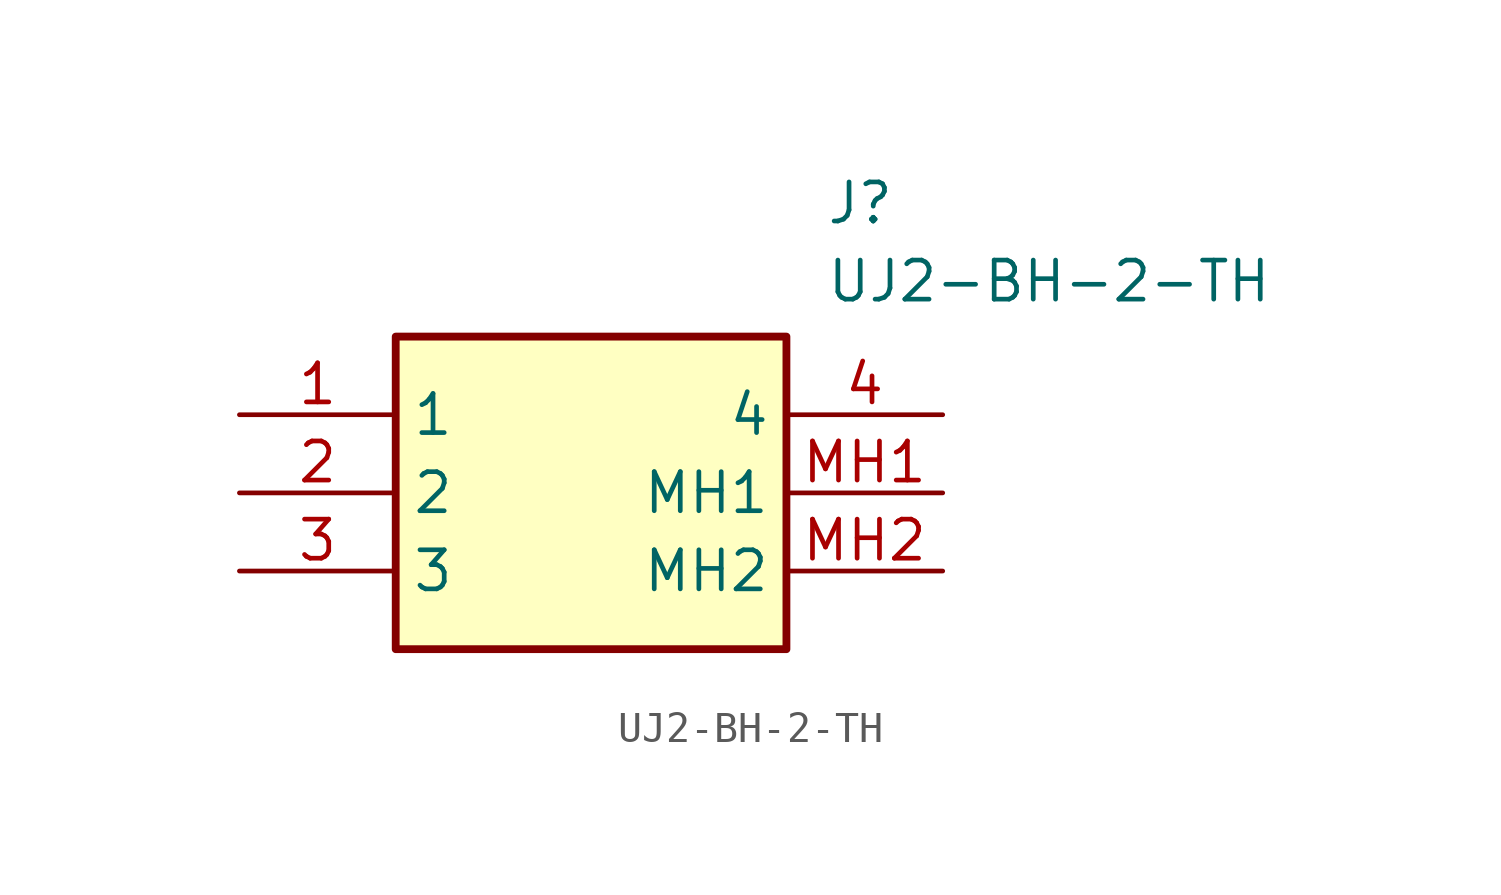
<source format=kicad_sym>
(kicad_symbol_lib
  (version 20211014)
  (generator SamacSys_ECAD_Model)
  (symbol "UJ2-BH-2-TH"
    (property "Reference" "J"
      (at 19.05 7.62 0)
      (effects (font (size 1.27 1.27)) (justify left top)))
    (property "Value" "UJ2-BH-2-TH"
      (at 19.05 5.08 0)
      (effects (font (size 1.27 1.27)) (justify left top)))
    (rectangle
      (start 5.08 2.54)
      (end 17.78 -7.62)
      (stroke (width 0.254) (type default))
      (fill (type background)))
    (pin passive line
      (at 0 0 0)
      (length 5.08)
      (name "1" (effects (font (size 1.27 1.27))))
      (number "1" (effects (font (size 1.27 1.27)))))
    (pin passive line
      (at 0 -2.54 0)
      (length 5.08)
      (name "2" (effects (font (size 1.27 1.27))))
      (number "2" (effects (font (size 1.27 1.27)))))
    (pin passive line
      (at 0 -5.08 0)
      (length 5.08)
      (name "3" (effects (font (size 1.27 1.27))))
      (number "3" (effects (font (size 1.27 1.27)))))
    (pin passive line
      (at 22.86 0 180)
      (length 5.08)
      (name "4" (effects (font (size 1.27 1.27))))
      (number "4" (effects (font (size 1.27 1.27)))))
    (pin passive line
      (at 22.86 -2.54 180)
      (length 5.08)
      (name "MH1" (effects (font (size 1.27 1.27))))
      (number "MH1" (effects (font (size 1.27 1.27)))))
    (pin passive line
      (at 22.86 -5.08 180)
      (length 5.08)
      (name "MH2" (effects (font (size 1.27 1.27))))
      (number "MH2" (effects (font (size 1.27 1.27)))))))
</source>
